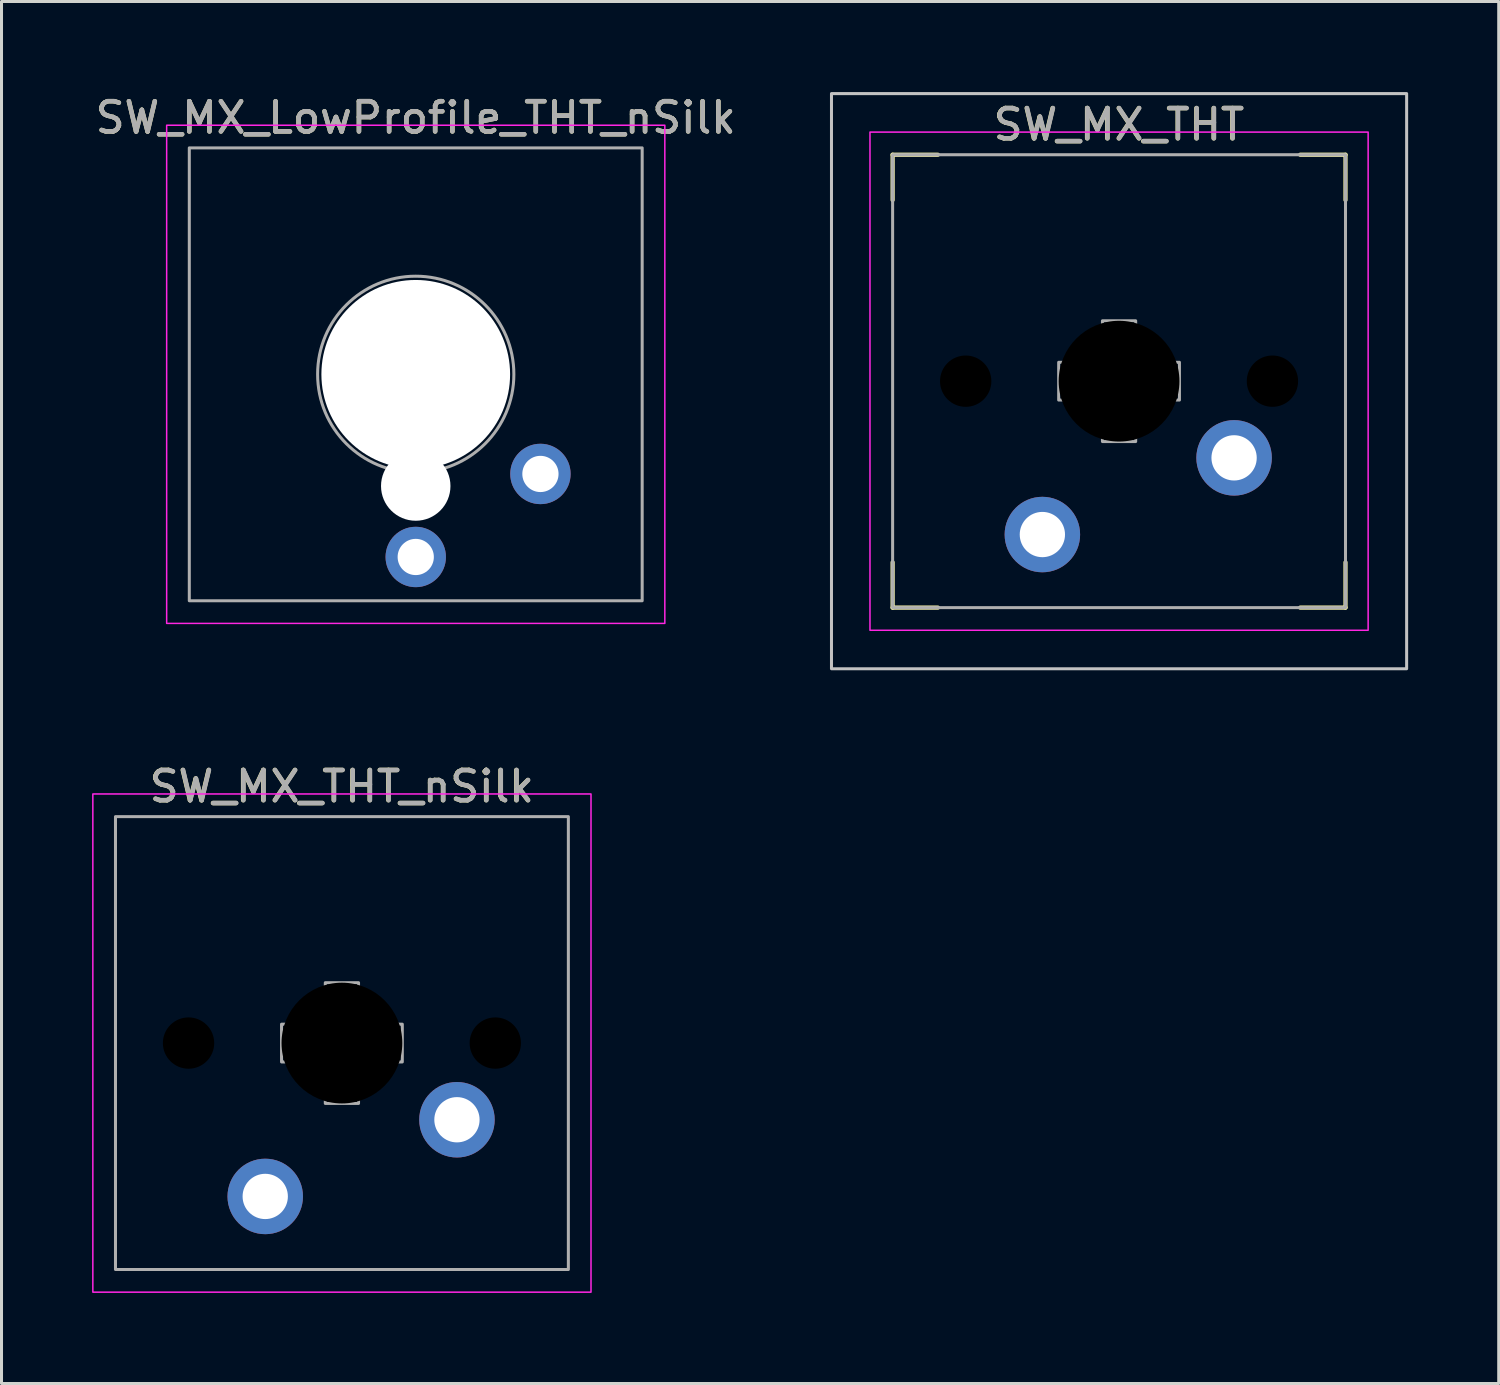
<source format=kicad_pcb>
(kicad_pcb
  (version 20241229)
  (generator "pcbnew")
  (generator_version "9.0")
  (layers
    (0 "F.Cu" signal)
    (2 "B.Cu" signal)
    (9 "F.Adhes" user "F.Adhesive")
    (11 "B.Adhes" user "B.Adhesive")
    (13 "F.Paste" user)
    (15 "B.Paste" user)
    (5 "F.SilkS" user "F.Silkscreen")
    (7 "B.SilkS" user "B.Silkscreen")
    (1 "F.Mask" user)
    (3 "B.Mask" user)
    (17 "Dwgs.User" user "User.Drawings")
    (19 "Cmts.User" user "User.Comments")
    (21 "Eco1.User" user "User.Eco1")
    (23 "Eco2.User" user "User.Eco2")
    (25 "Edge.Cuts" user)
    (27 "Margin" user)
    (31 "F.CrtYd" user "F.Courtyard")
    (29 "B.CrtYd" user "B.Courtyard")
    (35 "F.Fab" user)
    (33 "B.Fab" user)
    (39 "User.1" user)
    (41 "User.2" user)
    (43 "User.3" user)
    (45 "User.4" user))
  (footprint "SW_MX_THT"
    (layer "F.Cu")
    (at 34.015 9.575)
    (property "Reference" "SW_MX_THT" (at -0.008 -8.5 0) (unlocked yes) (layer "F.SilkS") (effects (font (size 1 1) (thickness 0.15))))
    (attr through_hole)
    (fp_line (start -7.5 -7.5) (end -7.5 -6) (stroke (width 0.14) (type solid)) (layer "F.SilkS"))
    (fp_line (start -7.5 -7.5) (end -6 -7.5) (stroke (width 0.14) (type solid)) (layer "F.SilkS"))
    (fp_line (start -7.5 7.5) (end -7.5 6) (stroke (width 0.14) (type solid)) (layer "F.SilkS"))
    (fp_line (start -7.5 7.5) (end -6 7.5) (stroke (width 0.14) (type solid)) (layer "F.SilkS"))
    (fp_line (start 7.5 -7.5) (end 6 -7.5) (stroke (width 0.14) (type solid)) (layer "F.SilkS"))
    (fp_line (start 7.5 -7.5) (end 7.5 -6) (stroke (width 0.14) (type solid)) (layer "F.SilkS"))
    (fp_line (start 7.5 7.5) (end 6 7.5) (stroke (width 0.14) (type solid)) (layer "F.SilkS"))
    (fp_line (start 7.5 7.5) (end 7.5 6) (stroke (width 0.14) (type solid)) (layer "F.SilkS"))
    (fp_rect (start 9.525 9.525) (end -9.525 -9.525) (stroke (width 0.1) (type solid)) (fill no) (layer "Dwgs.User"))
    (fp_rect (start 8.25 8.25) (end -8.25 -8.25) (stroke (width 0.05) (type solid)) (fill no) (layer "F.CrtYd"))
    (fp_rect (start 7.5 7.5) (end -7.5 -7.5) (stroke (width 0.1) (type solid)) (fill no) (layer "F.Fab"))
    (fp_poly (pts (xy 2 0.625) (xy 0.55 0.625) (xy 0.55 2) (xy -0.55 2) (xy -0.55 0.625) (xy -2 0.625) (xy -2 -0.625) (xy -0.55 -0.625) (xy -0.55 -2) (xy 0.55 -2) (xy 0.55 -0.625) (xy 2 -0.625)) (stroke (width 0.1) (type solid)) (fill no) (layer "F.Fab"))
    (fp_text user "${REFERENCE}" (at 0 -8.5 0) (unlocked yes) (layer "F.Fab") (effects (font (size 1 1) (thickness 0.15))))
    (pad "" np_thru_hole circle (at -5.08 0 180) (size 1.7 1.7) (drill 1.7) (layers "*.Mask"))
    (pad "" np_thru_hole circle (at 0 0 180) (size 4 4) (drill 4) (layers "*.Mask"))
    (pad "" np_thru_hole circle (at 5.08 0 180) (size 1.7 1.7) (drill 1.7) (layers "*.Mask"))
    (pad "1" thru_hole circle (at 3.81 2.54 180) (size 2.5 2.5) (drill 1.5) (layers "*.Cu" "*.Mask"))
    (pad "2" thru_hole circle (at -2.54 5.08 180) (size 2.5 2.5) (drill 1.5) (layers "*.Cu" "*.Mask")))
  (footprint "SW_MX_LowProfile_THT_nSilk"
    (layer "F.Cu")
    (at 10.72 9.348)
    (property "Reference" "SW_MX_LowProfile_THT_nSilk" (at 0 -8.5 0) (unlocked yes) (layer "F.SilkS") (effects (font (size 1 1) (thickness 0.15))))
    (attr through_hole)
    (fp_rect (start -8.25 -8.25) (end 8.25 8.25) (stroke (width 0.05) (type solid)) (fill no) (layer "F.CrtYd"))
    (fp_rect (start 7.5 7.5) (end -7.5 -7.5) (stroke (width 0.1) (type solid)) (fill no) (layer "F.Fab"))
    (fp_circle (center 0 0) (end 2.75 0) (stroke (width 0.1) (type default)) (fill no) (layer "F.Fab"))
    (fp_circle (center 0 0) (end 3.25 0) (stroke (width 0.1) (type default)) (fill no) (layer "F.Fab"))
    (fp_poly (pts (xy -2.05 -0.65) (xy -0.7 -0.65) (xy -0.7 -2) (xy 0.6 -2) (xy 0.6 -0.65) (xy 1.95 -0.65) (xy 1.95 0.65) (xy 0.6 0.65) (xy 0.6 2) (xy -0.7 2) (xy -0.7 0.65) (xy -2.05 0.65)) (stroke (width 0.1) (type solid)) (fill no) (layer "F.Fab"))
    (fp_text user "${REFERENCE}" (at 0 -8.5 0) (unlocked yes) (layer "F.Fab") (effects (font (size 1 1) (thickness 0.15))))
    (pad "" np_thru_hole circle (at 0 0 180) (size 6.25 6.25) (drill 6.25) (layers "*.Cu" "*.Mask"))
    (pad "" np_thru_hole circle (at 0 3.7) (size 2.3 2.3) (drill 2.3) (layers "*.Cu" "*.Mask"))
    (pad "1" thru_hole circle (at 0 6.05 180) (size 2 2) (drill 1.2) (layers "*.Cu" "B.Mask"))
    (pad "2" thru_hole circle (at 4.13 3.3 180) (size 2 2) (drill 1.2) (layers "*.Cu" "B.Mask")))
  (footprint "SW_MX_THT_nSilk"
    (layer "F.Cu")
    (at 8.275 31.498)
    (property "Reference" "SW_MX_THT_nSilk" (at -0.008 -8.5 0) (unlocked yes) (layer "F.SilkS") (effects (font (size 1 1) (thickness 0.15))))
    (attr through_hole)
    (fp_rect (start 8.25 8.25) (end -8.25 -8.25) (stroke (width 0.05) (type solid)) (fill no) (layer "F.CrtYd"))
    (fp_rect (start 7.5 7.5) (end -7.5 -7.5) (stroke (width 0.1) (type solid)) (fill no) (layer "F.Fab"))
    (fp_poly (pts (xy 2 0.625) (xy 0.55 0.625) (xy 0.55 2) (xy -0.55 2) (xy -0.55 0.625) (xy -2 0.625) (xy -2 -0.625) (xy -0.55 -0.625) (xy -0.55 -2) (xy 0.55 -2) (xy 0.55 -0.625) (xy 2 -0.625)) (stroke (width 0.1) (type solid)) (fill no) (layer "F.Fab"))
    (fp_text user "${REFERENCE}" (at 0 -8.5 0) (unlocked yes) (layer "F.Fab") (effects (font (size 1 1) (thickness 0.15))))
    (pad "" np_thru_hole circle (at -5.08 0 180) (size 1.7 1.7) (drill 1.7) (layers "*.Mask"))
    (pad "" np_thru_hole circle (at 0 0 180) (size 4 4) (drill 4) (layers "*.Mask"))
    (pad "" np_thru_hole circle (at 5.08 0 180) (size 1.7 1.7) (drill 1.7) (layers "*.Mask"))
    (pad "1" thru_hole circle (at 3.81 2.54 180) (size 2.5 2.5) (drill 1.5) (layers "*.Cu" "*.Mask"))
    (pad "2" thru_hole circle (at -2.54 5.08 180) (size 2.5 2.5) (drill 1.5) (layers "*.Cu" "*.Mask")))
  (gr_rect
    (start -3 -3)
    (end 46.59 42.773)
    (stroke (width 0.1) (type default))
    (fill no)
    (layer "Edge.Cuts")))
</source>
